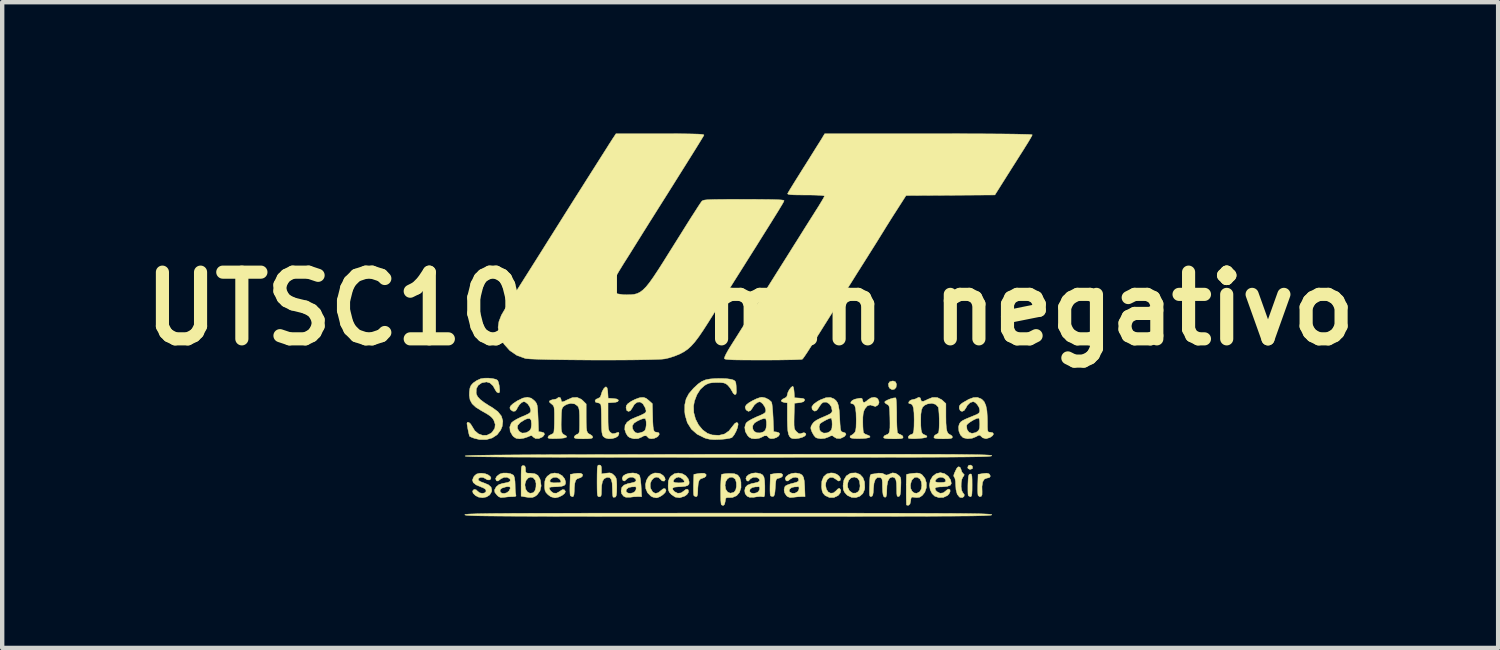
<source format=kicad_pcb>
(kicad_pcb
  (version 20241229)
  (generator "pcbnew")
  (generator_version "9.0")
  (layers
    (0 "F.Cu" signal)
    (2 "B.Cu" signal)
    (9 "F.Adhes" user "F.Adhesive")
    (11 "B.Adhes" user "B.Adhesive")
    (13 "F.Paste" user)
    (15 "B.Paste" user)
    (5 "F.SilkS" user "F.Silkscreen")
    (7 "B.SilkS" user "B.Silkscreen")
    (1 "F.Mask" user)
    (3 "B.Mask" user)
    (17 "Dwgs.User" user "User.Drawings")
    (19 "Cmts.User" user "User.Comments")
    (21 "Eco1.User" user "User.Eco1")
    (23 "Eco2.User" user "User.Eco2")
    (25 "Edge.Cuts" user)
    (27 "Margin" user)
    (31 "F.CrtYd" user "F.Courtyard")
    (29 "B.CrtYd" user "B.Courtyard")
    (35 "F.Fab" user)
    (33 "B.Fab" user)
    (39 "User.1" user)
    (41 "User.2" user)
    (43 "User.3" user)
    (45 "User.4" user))
  (footprint "UTSC10x10mm negativo"
    (layer "F.Cu")
    (at 14.086 4.001)
    (property "Reference" "UTSC10x10mm negativo" (at 0 0 0) (layer "F.SilkS") (effects (font (size 1.524 1.524) (thickness 0.3))))
    (attr through_hole)
    (fp_poly (pts (xy 5.067 3.589) (xy 5.078 3.607) (xy 5.079 3.651) (xy 5.037 3.67) (xy 5.016 3.671) (xy 4.977 3.652) (xy 4.97 3.621) (xy 4.988 3.583) (xy 5.028 3.571) (xy 5.067 3.589)) (stroke (width 0.01) (type solid)) (fill yes) (layer "F.SilkS"))
    (fp_poly (pts (xy 3.27 1.653) (xy 3.319 1.671) (xy 3.34 1.719) (xy 3.342 1.733) (xy 3.332 1.8) (xy 3.294 1.84) (xy 3.242 1.849) (xy 3.191 1.822) (xy 3.168 1.786) (xy 3.157 1.718) (xy 3.187 1.67) (xy 3.251 1.652) (xy 3.27 1.653)) (stroke (width 0.01) (type solid)) (fill yes) (layer "F.SilkS"))
    (fp_poly (pts (xy 5.046 3.777) (xy 5.058 3.794) (xy 5.066 3.835) (xy 5.069 3.909) (xy 5.07 4.024) (xy 5.07 4.032) (xy 5.069 4.152) (xy 5.065 4.23) (xy 5.057 4.274) (xy 5.043 4.293) (xy 5.032 4.296) (xy 4.99 4.277) (xy 4.981 4.263) (xy 4.976 4.224) (xy 4.974 4.149) (xy 4.974 4.051) (xy 4.975 4.007) (xy 4.98 3.898) (xy 4.988 3.83) (xy 5 3.793) (xy 5.019 3.778) (xy 5.026 3.776) (xy 5.046 3.777)) (stroke (width 0.01) (type solid)) (fill yes) (layer "F.SilkS"))
    (fp_poly (pts (xy -3.873 3.761) (xy -3.864 3.763) (xy -3.828 3.788) (xy -3.831 3.824) (xy -3.867 3.857) (xy -3.909 3.871) (xy -3.956 3.888) (xy -3.987 3.925) (xy -4.006 3.99) (xy -4.016 4.092) (xy -4.018 4.165) (xy -4.024 4.245) (xy -4.038 4.286) (xy -4.059 4.296) (xy -4.101 4.277) (xy -4.11 4.263) (xy -4.115 4.224) (xy -4.118 4.149) (xy -4.117 4.051) (xy -4.116 4.007) (xy -4.108 3.785) (xy -4.009 3.767) (xy -3.933 3.759) (xy -3.873 3.761)) (stroke (width 0.01) (type solid)) (fill yes) (layer "F.SilkS"))
    (fp_poly (pts (xy -1.05 3.761) (xy -1.041 3.763) (xy -1.006 3.788) (xy -1.009 3.825) (xy -1.045 3.857) (xy -1.086 3.871) (xy -1.135 3.889) (xy -1.167 3.926) (xy -1.186 3.993) (xy -1.195 4.098) (xy -1.196 4.152) (xy -1.201 4.237) (xy -1.213 4.282) (xy -1.235 4.296) (xy -1.237 4.296) (xy -1.279 4.277) (xy -1.288 4.263) (xy -1.293 4.224) (xy -1.295 4.149) (xy -1.295 4.051) (xy -1.294 4.007) (xy -1.286 3.785) (xy -1.186 3.767) (xy -1.111 3.759) (xy -1.05 3.761)) (stroke (width 0.01) (type solid)) (fill yes) (layer "F.SilkS"))
    (fp_poly (pts (xy 0.698 3.761) (xy 0.707 3.763) (xy 0.742 3.788) (xy 0.74 3.824) (xy 0.704 3.857) (xy 0.662 3.871) (xy 0.624 3.879) (xy 0.601 3.895) (xy 0.588 3.93) (xy 0.58 3.995) (xy 0.574 4.083) (xy 0.566 4.186) (xy 0.555 4.248) (xy 0.54 4.28) (xy 0.518 4.291) (xy 0.475 4.282) (xy 0.461 4.264) (xy 0.456 4.225) (xy 0.453 4.149) (xy 0.454 4.05) (xy 0.455 4.007) (xy 0.462 3.785) (xy 0.562 3.767) (xy 0.637 3.759) (xy 0.698 3.761)) (stroke (width 0.01) (type solid)) (fill yes) (layer "F.SilkS"))
    (fp_poly (pts (xy 5.452 3.771) (xy 5.466 3.782) (xy 5.487 3.825) (xy 5.465 3.858) (xy 5.406 3.871) (xy 5.405 3.871) (xy 5.348 3.894) (xy 5.311 3.959) (xy 5.295 4.062) (xy 5.296 4.108) (xy 5.298 4.184) (xy 5.297 4.244) (xy 5.297 4.252) (xy 5.277 4.288) (xy 5.24 4.294) (xy 5.208 4.267) (xy 5.206 4.263) (xy 5.201 4.224) (xy 5.198 4.149) (xy 5.199 4.051) (xy 5.2 4.007) (xy 5.207 3.785) (xy 5.319 3.766) (xy 5.402 3.758) (xy 5.452 3.771)) (stroke (width 0.01) (type solid)) (fill yes) (layer "F.SilkS"))
    (fp_poly (pts (xy 4.792 3.62) (xy 4.815 3.666) (xy 4.816 3.671) (xy 4.837 3.732) (xy 4.864 3.765) (xy 4.89 3.792) (xy 4.88 3.82) (xy 4.862 3.842) (xy 4.835 3.897) (xy 4.821 3.979) (xy 4.819 4.069) (xy 4.831 4.149) (xy 4.855 4.202) (xy 4.862 4.208) (xy 4.892 4.25) (xy 4.884 4.29) (xy 4.85 4.315) (xy 4.8 4.312) (xy 4.78 4.302) (xy 4.73 4.239) (xy 4.702 4.133) (xy 4.695 4.028) (xy 4.691 3.943) (xy 4.678 3.878) (xy 4.666 3.852) (xy 4.652 3.831) (xy 4.651 3.803) (xy 4.667 3.756) (xy 4.703 3.68) (xy 4.72 3.646) (xy 4.754 3.612) (xy 4.792 3.62)) (stroke (width 0.01) (type solid)) (fill yes) (layer "F.SilkS"))
    (fp_poly (pts (xy -2.082 3.759) (xy -2.05 3.771) (xy -1.991 3.808) (xy -1.952 3.857) (xy -1.94 3.904) (xy -1.96 3.936) (xy -1.965 3.939) (xy -2.013 3.933) (xy -2.043 3.901) (xy -2.095 3.854) (xy -2.153 3.847) (xy -2.209 3.874) (xy -2.254 3.925) (xy -2.282 3.995) (xy -2.282 4.075) (xy -2.272 4.111) (xy -2.225 4.189) (xy -2.165 4.22) (xy -2.096 4.203) (xy -2.039 4.155) (xy -1.986 4.114) (xy -1.944 4.111) (xy -1.924 4.146) (xy -1.923 4.158) (xy -1.944 4.202) (xy -1.995 4.251) (xy -2.061 4.294) (xy -2.125 4.319) (xy -2.144 4.321) (xy -2.218 4.306) (xy -2.267 4.282) (xy -2.343 4.206) (xy -2.383 4.115) (xy -2.391 4.019) (xy -2.371 3.926) (xy -2.326 3.845) (xy -2.261 3.785) (xy -2.178 3.753) (xy -2.082 3.759)) (stroke (width 0.01) (type solid)) (fill yes) (layer "F.SilkS"))
    (fp_poly (pts (xy 1.913 3.758) (xy 1.981 3.784) (xy 2.034 3.828) (xy 2.063 3.878) (xy 2.057 3.921) (xy 2.052 3.927) (xy 2.021 3.938) (xy 1.977 3.911) (xy 1.966 3.901) (xy 1.892 3.856) (xy 1.822 3.856) (xy 1.765 3.897) (xy 1.73 3.972) (xy 1.723 4.034) (xy 1.74 4.124) (xy 1.782 4.187) (xy 1.84 4.216) (xy 1.905 4.208) (xy 1.966 4.157) (xy 1.967 4.155) (xy 2.009 4.113) (xy 2.043 4.106) (xy 2.044 4.106) (xy 2.071 4.147) (xy 2.061 4.204) (xy 2.016 4.261) (xy 2.007 4.269) (xy 1.913 4.314) (xy 1.812 4.314) (xy 1.719 4.271) (xy 1.708 4.263) (xy 1.665 4.215) (xy 1.642 4.155) (xy 1.631 4.069) (xy 1.638 3.938) (xy 1.679 3.839) (xy 1.749 3.776) (xy 1.845 3.752) (xy 1.913 3.758)) (stroke (width 0.01) (type solid)) (fill yes) (layer "F.SilkS"))
    (fp_poly (pts (xy 2.508 3.786) (xy 2.575 3.858) (xy 2.613 3.96) (xy 2.618 4.085) (xy 2.612 4.133) (xy 2.573 4.223) (xy 2.503 4.285) (xy 2.414 4.315) (xy 2.318 4.31) (xy 2.227 4.268) (xy 2.2 4.244) (xy 2.153 4.189) (xy 2.13 4.134) (xy 2.123 4.057) (xy 2.123 4.035) (xy 2.129 3.998) (xy 2.225 3.998) (xy 2.228 4.08) (xy 2.265 4.156) (xy 2.274 4.166) (xy 2.342 4.214) (xy 2.414 4.212) (xy 2.462 4.185) (xy 2.496 4.141) (xy 2.509 4.067) (xy 2.51 4.039) (xy 2.497 3.935) (xy 2.456 3.872) (xy 2.386 3.847) (xy 2.371 3.846) (xy 2.3 3.868) (xy 2.25 3.923) (xy 2.225 3.998) (xy 2.129 3.998) (xy 2.142 3.913) (xy 2.196 3.821) (xy 2.282 3.765) (xy 2.308 3.757) (xy 2.417 3.751) (xy 2.508 3.786)) (stroke (width 0.01) (type solid)) (fill yes) (layer "F.SilkS"))
    (fp_poly (pts (xy -6.056 3.769) (xy -5.988 3.795) (xy -5.94 3.831) (xy -5.92 3.868) (xy -5.936 3.901) (xy -5.958 3.912) (xy -6.004 3.909) (xy -6.043 3.885) (xy -6.098 3.856) (xy -6.158 3.853) (xy -6.202 3.875) (xy -6.213 3.898) (xy -6.2 3.927) (xy -6.147 3.957) (xy -6.083 3.98) (xy -5.978 4.024) (xy -5.919 4.077) (xy -5.903 4.143) (xy -5.908 4.182) (xy -5.95 4.254) (xy -6.022 4.3) (xy -6.112 4.318) (xy -6.206 4.304) (xy -6.275 4.268) (xy -6.329 4.214) (xy -6.341 4.166) (xy -6.311 4.132) (xy -6.305 4.129) (xy -6.26 4.137) (xy -6.227 4.169) (xy -6.181 4.206) (xy -6.122 4.219) (xy -6.068 4.21) (xy -6.035 4.179) (xy -6.032 4.161) (xy -6.048 4.123) (xy -6.104 4.089) (xy -6.147 4.073) (xy -6.26 4.025) (xy -6.325 3.973) (xy -6.343 3.915) (xy -6.317 3.846) (xy -6.296 3.818) (xy -6.25 3.778) (xy -6.186 3.761) (xy -6.136 3.759) (xy -6.056 3.769)) (stroke (width 0.01) (type solid)) (fill yes) (layer "F.SilkS"))
    (fp_poly (pts (xy 3.327 2.039) (xy 3.334 2.067) (xy 3.34 2.136) (xy 3.344 2.237) (xy 3.347 2.361) (xy 3.347 2.43) (xy 3.348 2.564) (xy 3.352 2.682) (xy 3.357 2.772) (xy 3.363 2.827) (xy 3.366 2.838) (xy 3.404 2.866) (xy 3.434 2.876) (xy 3.479 2.903) (xy 3.492 2.929) (xy 3.491 2.949) (xy 3.472 2.962) (xy 3.427 2.969) (xy 3.346 2.972) (xy 3.274 2.972) (xy 3.163 2.971) (xy 3.094 2.965) (xy 3.058 2.955) (xy 3.047 2.937) (xy 3.047 2.935) (xy 3.068 2.902) (xy 3.11 2.882) (xy 3.145 2.868) (xy 3.17 2.842) (xy 3.185 2.796) (xy 3.193 2.723) (xy 3.194 2.614) (xy 3.192 2.485) (xy 3.188 2.364) (xy 3.183 2.284) (xy 3.174 2.234) (xy 3.16 2.206) (xy 3.138 2.19) (xy 3.128 2.186) (xy 3.085 2.156) (xy 3.072 2.132) (xy 3.093 2.11) (xy 3.146 2.083) (xy 3.214 2.057) (xy 3.278 2.04) (xy 3.321 2.037) (xy 3.327 2.039)) (stroke (width 0.01) (type solid)) (fill yes) (layer "F.SilkS"))
    (fp_poly (pts (xy -5.148 3.594) (xy -5.134 3.632) (xy -5.132 3.671) (xy -5.13 3.725) (xy -5.114 3.75) (xy -5.072 3.759) (xy -5.017 3.759) (xy -4.916 3.771) (xy -4.85 3.808) (xy -4.806 3.882) (xy -4.792 3.922) (xy -4.775 4.049) (xy -4.801 4.162) (xy -4.868 4.253) (xy -4.873 4.257) (xy -4.926 4.295) (xy -4.98 4.313) (xy -5.051 4.313) (xy -5.145 4.299) (xy -5.232 4.283) (xy -5.232 4.034) (xy -5.145 4.034) (xy -5.129 4.123) (xy -5.087 4.187) (xy -5.029 4.217) (xy -4.962 4.206) (xy -4.95 4.199) (xy -4.913 4.151) (xy -4.893 4.075) (xy -4.891 3.99) (xy -4.909 3.918) (xy -4.91 3.917) (xy -4.958 3.861) (xy -5.015 3.847) (xy -5.072 3.869) (xy -5.118 3.922) (xy -5.143 4.001) (xy -5.145 4.034) (xy -5.232 4.034) (xy -5.232 3.934) (xy -5.232 3.795) (xy -5.23 3.699) (xy -5.226 3.638) (xy -5.218 3.603) (xy -5.205 3.588) (xy -5.186 3.584) (xy -5.182 3.584) (xy -5.148 3.594)) (stroke (width 0.01) (type solid)) (fill yes) (layer "F.SilkS"))
    (fp_poly (pts (xy -0.362 3.77) (xy -0.284 3.801) (xy -0.236 3.864) (xy -0.211 3.96) (xy -0.209 4.09) (xy -0.244 4.196) (xy -0.309 4.272) (xy -0.402 4.312) (xy -0.482 4.316) (xy -0.535 4.315) (xy -0.559 4.334) (xy -0.568 4.387) (xy -0.57 4.402) (xy -0.586 4.47) (xy -0.617 4.497) (xy -0.657 4.48) (xy -0.658 4.479) (xy -0.665 4.447) (xy -0.671 4.378) (xy -0.673 4.282) (xy -0.674 4.171) (xy -0.673 4.056) (xy -0.672 4.034) (xy -0.574 4.034) (xy -0.558 4.127) (xy -0.515 4.189) (xy -0.454 4.215) (xy -0.383 4.199) (xy -0.361 4.185) (xy -0.328 4.135) (xy -0.313 4.058) (xy -0.315 3.975) (xy -0.335 3.904) (xy -0.346 3.888) (xy -0.403 3.849) (xy -0.465 3.851) (xy -0.52 3.888) (xy -0.56 3.953) (xy -0.574 4.034) (xy -0.672 4.034) (xy -0.669 3.949) (xy -0.664 3.86) (xy -0.657 3.802) (xy -0.651 3.785) (xy -0.615 3.776) (xy -0.545 3.768) (xy -0.479 3.764) (xy -0.362 3.77)) (stroke (width 0.01) (type solid)) (fill yes) (layer "F.SilkS"))
    (fp_poly (pts (xy 4.442 3.769) (xy 4.524 3.829) (xy 4.579 3.913) (xy 4.595 3.994) (xy 4.572 4.033) (xy 4.501 4.059) (xy 4.383 4.07) (xy 4.33 4.071) (xy 4.252 4.08) (xy 4.221 4.106) (xy 4.237 4.148) (xy 4.267 4.18) (xy 4.339 4.217) (xy 4.412 4.207) (xy 4.458 4.171) (xy 4.504 4.133) (xy 4.537 4.121) (xy 4.566 4.138) (xy 4.567 4.179) (xy 4.542 4.23) (xy 4.505 4.269) (xy 4.412 4.312) (xy 4.306 4.314) (xy 4.217 4.283) (xy 4.157 4.226) (xy 4.113 4.137) (xy 4.096 4.037) (xy 4.096 4.034) (xy 4.114 3.929) (xy 4.226 3.929) (xy 4.233 3.956) (xy 4.285 3.969) (xy 4.346 3.971) (xy 4.429 3.966) (xy 4.467 3.949) (xy 4.471 3.939) (xy 4.45 3.886) (xy 4.399 3.854) (xy 4.335 3.849) (xy 4.273 3.875) (xy 4.26 3.885) (xy 4.226 3.929) (xy 4.114 3.929) (xy 4.116 3.921) (xy 4.17 3.829) (xy 4.251 3.768) (xy 4.346 3.746) (xy 4.442 3.769)) (stroke (width 0.01) (type solid)) (fill yes) (layer "F.SilkS"))
    (fp_poly (pts (xy -4.374 3.77) (xy -4.293 3.817) (xy -4.236 3.89) (xy -4.217 3.957) (xy -4.22 4.006) (xy -4.247 4.038) (xy -4.306 4.057) (xy -4.403 4.067) (xy -4.464 4.069) (xy -4.547 4.073) (xy -4.586 4.086) (xy -4.587 4.115) (xy -4.557 4.165) (xy -4.498 4.211) (xy -4.426 4.216) (xy -4.354 4.178) (xy -4.344 4.169) (xy -4.291 4.135) (xy -4.246 4.136) (xy -4.222 4.171) (xy -4.221 4.183) (xy -4.243 4.225) (xy -4.298 4.267) (xy -4.371 4.302) (xy -4.445 4.32) (xy -4.462 4.321) (xy -4.553 4.296) (xy -4.618 4.248) (xy -4.664 4.199) (xy -4.687 4.15) (xy -4.695 4.081) (xy -4.695 4.037) (xy -4.69 3.944) (xy -4.688 3.937) (xy -4.579 3.937) (xy -4.558 3.966) (xy -4.491 3.979) (xy -4.377 3.976) (xy -4.339 3.973) (xy -4.321 3.954) (xy -4.336 3.915) (xy -4.36 3.885) (xy -4.426 3.85) (xy -4.5 3.856) (xy -4.554 3.892) (xy -4.579 3.937) (xy -4.688 3.937) (xy -4.67 3.879) (xy -4.635 3.829) (xy -4.558 3.772) (xy -4.466 3.754) (xy -4.374 3.77)) (stroke (width 0.01) (type solid)) (fill yes) (layer "F.SilkS"))
    (fp_poly (pts (xy -3.414 3.58) (xy -3.4 3.613) (xy -3.397 3.673) (xy -3.397 3.774) (xy -3.286 3.758) (xy -3.211 3.751) (xy -3.162 3.763) (xy -3.115 3.801) (xy -3.111 3.805) (xy -3.079 3.841) (xy -3.06 3.88) (xy -3.051 3.935) (xy -3.047 4.02) (xy -3.047 4.08) (xy -3.049 4.191) (xy -3.057 4.261) (xy -3.072 4.297) (xy -3.082 4.304) (xy -3.122 4.308) (xy -3.132 4.302) (xy -3.139 4.272) (xy -3.145 4.205) (xy -3.147 4.116) (xy -3.147 4.109) (xy -3.153 3.983) (xy -3.173 3.901) (xy -3.208 3.859) (xy -3.262 3.852) (xy -3.281 3.856) (xy -3.338 3.886) (xy -3.374 3.946) (xy -3.393 4.044) (xy -3.397 4.148) (xy -3.399 4.231) (xy -3.407 4.275) (xy -3.425 4.293) (xy -3.447 4.296) (xy -3.466 4.293) (xy -3.48 4.281) (xy -3.489 4.25) (xy -3.494 4.195) (xy -3.496 4.107) (xy -3.497 3.979) (xy -3.497 3.934) (xy -3.496 3.792) (xy -3.494 3.694) (xy -3.49 3.63) (xy -3.483 3.593) (xy -3.471 3.576) (xy -3.453 3.572) (xy -3.447 3.571) (xy -3.414 3.58)) (stroke (width 0.01) (type solid)) (fill yes) (layer "F.SilkS"))
    (fp_poly (pts (xy -1.552 3.77) (xy -1.47 3.817) (xy -1.413 3.89) (xy -1.394 3.957) (xy -1.397 4.006) (xy -1.425 4.038) (xy -1.483 4.057) (xy -1.581 4.067) (xy -1.642 4.069) (xy -1.73 4.077) (xy -1.771 4.1) (xy -1.765 4.138) (xy -1.728 4.18) (xy -1.654 4.217) (xy -1.577 4.208) (xy -1.524 4.171) (xy -1.466 4.127) (xy -1.426 4.129) (xy -1.413 4.144) (xy -1.409 4.192) (xy -1.444 4.245) (xy -1.5 4.284) (xy -1.61 4.319) (xy -1.711 4.304) (xy -1.796 4.248) (xy -1.842 4.199) (xy -1.865 4.15) (xy -1.873 4.081) (xy -1.873 4.037) (xy -1.868 3.944) (xy -1.864 3.933) (xy -1.756 3.933) (xy -1.749 3.96) (xy -1.712 3.973) (xy -1.647 3.979) (xy -1.576 3.978) (xy -1.521 3.969) (xy -1.505 3.961) (xy -1.506 3.933) (xy -1.537 3.896) (xy -1.584 3.863) (xy -1.631 3.846) (xy -1.636 3.846) (xy -1.688 3.86) (xy -1.733 3.894) (xy -1.756 3.933) (xy -1.864 3.933) (xy -1.848 3.879) (xy -1.813 3.829) (xy -1.735 3.772) (xy -1.644 3.754) (xy -1.552 3.77)) (stroke (width 0.01) (type solid)) (fill yes) (layer "F.SilkS"))
    (fp_poly (pts (xy 3.866 3.761) (xy 3.913 3.785) (xy 3.928 3.796) (xy 3.993 3.877) (xy 4.025 3.98) (xy 4.024 4.091) (xy 3.989 4.194) (xy 3.931 4.267) (xy 3.87 4.307) (xy 3.806 4.315) (xy 3.768 4.311) (xy 3.707 4.303) (xy 3.679 4.316) (xy 3.669 4.362) (xy 3.667 4.389) (xy 3.651 4.46) (xy 3.619 4.49) (xy 3.615 4.491) (xy 3.578 4.488) (xy 3.57 4.479) (xy 3.568 4.422) (xy 3.566 4.335) (xy 3.565 4.228) (xy 3.566 4.114) (xy 3.566 4.024) (xy 3.66 4.024) (xy 3.666 4.105) (xy 3.697 4.169) (xy 3.745 4.209) (xy 3.806 4.217) (xy 3.872 4.183) (xy 3.875 4.18) (xy 3.909 4.12) (xy 3.921 4.038) (xy 3.911 3.954) (xy 3.88 3.892) (xy 3.817 3.849) (xy 3.755 3.854) (xy 3.701 3.906) (xy 3.685 3.935) (xy 3.66 4.024) (xy 3.566 4.024) (xy 3.566 4.001) (xy 3.568 3.902) (xy 3.57 3.828) (xy 3.572 3.79) (xy 3.573 3.787) (xy 3.602 3.779) (xy 3.665 3.768) (xy 3.723 3.761) (xy 3.809 3.754) (xy 3.866 3.761)) (stroke (width 0.01) (type solid)) (fill yes) (layer "F.SilkS"))
    (fp_poly (pts (xy -2.597 3.765) (xy -2.537 3.798) (xy -2.534 3.801) (xy -2.518 3.841) (xy -2.504 3.92) (xy -2.493 4.027) (xy -2.491 4.064) (xy -2.479 4.294) (xy -2.569 4.293) (xy -2.661 4.297) (xy -2.747 4.308) (xy -2.838 4.308) (xy -2.891 4.283) (xy -2.936 4.227) (xy -2.946 4.168) (xy -2.836 4.168) (xy -2.833 4.178) (xy -2.797 4.211) (xy -2.737 4.22) (xy -2.673 4.205) (xy -2.635 4.18) (xy -2.61 4.139) (xy -2.603 4.095) (xy -2.615 4.068) (xy -2.629 4.067) (xy -2.666 4.07) (xy -2.705 4.071) (xy -2.775 4.085) (xy -2.823 4.121) (xy -2.836 4.168) (xy -2.946 4.168) (xy -2.947 4.158) (xy -2.932 4.084) (xy -2.882 4.031) (xy -2.792 3.996) (xy -2.729 3.984) (xy -2.644 3.963) (xy -2.607 3.935) (xy -2.613 3.896) (xy -2.623 3.883) (xy -2.678 3.85) (xy -2.748 3.85) (xy -2.81 3.881) (xy -2.827 3.9) (xy -2.869 3.936) (xy -2.905 3.927) (xy -2.922 3.877) (xy -2.922 3.87) (xy -2.9 3.821) (xy -2.842 3.783) (xy -2.763 3.76) (xy -2.677 3.753) (xy -2.597 3.765)) (stroke (width 0.01) (type solid)) (fill yes) (layer "F.SilkS"))
    (fp_poly (pts (xy 0.988 1.796) (xy 0.999 1.854) (xy 1.004 1.904) (xy 1.012 2.035) (xy 1.132 2.043) (xy 1.205 2.051) (xy 1.239 2.066) (xy 1.244 2.093) (xy 1.244 2.093) (xy 1.219 2.125) (xy 1.153 2.144) (xy 1.124 2.148) (xy 1.012 2.16) (xy 1.004 2.454) (xy 1.002 2.58) (xy 1.003 2.666) (xy 1.008 2.723) (xy 1.02 2.76) (xy 1.04 2.789) (xy 1.06 2.811) (xy 1.109 2.852) (xy 1.148 2.858) (xy 1.174 2.847) (xy 1.23 2.832) (xy 1.267 2.85) (xy 1.274 2.873) (xy 1.251 2.907) (xy 1.194 2.937) (xy 1.118 2.959) (xy 1.037 2.97) (xy 0.967 2.966) (xy 0.934 2.953) (xy 0.901 2.921) (xy 0.877 2.87) (xy 0.861 2.793) (xy 0.853 2.684) (xy 0.849 2.534) (xy 0.849 2.488) (xy 0.849 2.151) (xy 0.782 2.143) (xy 0.723 2.125) (xy 0.71 2.096) (xy 0.745 2.064) (xy 0.773 2.052) (xy 0.83 2.02) (xy 0.849 1.972) (xy 0.849 1.965) (xy 0.863 1.911) (xy 0.895 1.849) (xy 0.936 1.797) (xy 0.972 1.773) (xy 0.975 1.773) (xy 0.988 1.796)) (stroke (width 0.01) (type solid)) (fill yes) (layer "F.SilkS"))
    (fp_poly (pts (xy -3.268 1.81) (xy -3.254 1.883) (xy -3.252 1.916) (xy -3.244 2.045) (xy -3.127 2.053) (xy -3.049 2.063) (xy -3.014 2.084) (xy -3.01 2.098) (xy -3.026 2.124) (xy -3.082 2.139) (xy -3.128 2.143) (xy -3.247 2.151) (xy -3.247 2.461) (xy -3.246 2.594) (xy -3.243 2.685) (xy -3.236 2.746) (xy -3.224 2.786) (xy -3.205 2.813) (xy -3.197 2.822) (xy -3.149 2.856) (xy -3.096 2.851) (xy -3.083 2.847) (xy -3.027 2.827) (xy -3.003 2.827) (xy -2.997 2.85) (xy -2.997 2.858) (xy -3.019 2.909) (xy -3.075 2.946) (xy -3.152 2.967) (xy -3.234 2.971) (xy -3.308 2.954) (xy -3.358 2.917) (xy -3.375 2.88) (xy -3.387 2.823) (xy -3.393 2.736) (xy -3.396 2.612) (xy -3.397 2.544) (xy -3.398 2.42) (xy -3.401 2.312) (xy -3.406 2.232) (xy -3.411 2.189) (xy -3.412 2.187) (xy -3.446 2.157) (xy -3.489 2.148) (xy -3.533 2.134) (xy -3.543 2.102) (xy -3.52 2.069) (xy -3.478 2.052) (xy -3.426 2.023) (xy -3.408 1.978) (xy -3.382 1.895) (xy -3.345 1.828) (xy -3.307 1.79) (xy -3.292 1.786) (xy -3.268 1.81)) (stroke (width 0.01) (type solid)) (fill yes) (layer "F.SilkS"))
    (fp_poly (pts (xy 0.167 3.755) (xy 0.238 3.771) (xy 0.286 3.799) (xy 0.315 3.848) (xy 0.329 3.926) (xy 0.335 4.043) (xy 0.335 4.076) (xy 0.335 4.186) (xy 0.331 4.254) (xy 0.322 4.289) (xy 0.307 4.299) (xy 0.3 4.298) (xy 0.242 4.29) (xy 0.157 4.296) (xy 0.075 4.309) (xy -0.018 4.307) (xy -0.069 4.283) (xy -0.114 4.227) (xy -0.123 4.168) (xy -0.014 4.168) (xy -0.011 4.178) (xy 0.025 4.211) (xy 0.085 4.22) (xy 0.149 4.205) (xy 0.187 4.18) (xy 0.212 4.139) (xy 0.219 4.095) (xy 0.207 4.068) (xy 0.194 4.067) (xy 0.156 4.07) (xy 0.117 4.071) (xy 0.047 4.085) (xy -0.001 4.121) (xy -0.014 4.168) (xy -0.123 4.168) (xy -0.125 4.158) (xy -0.11 4.084) (xy -0.06 4.031) (xy 0.03 3.996) (xy 0.094 3.984) (xy 0.178 3.963) (xy 0.216 3.935) (xy 0.209 3.896) (xy 0.199 3.883) (xy 0.143 3.85) (xy 0.074 3.851) (xy 0.011 3.882) (xy -0.007 3.902) (xy -0.041 3.939) (xy -0.071 3.934) (xy -0.075 3.93) (xy -0.098 3.883) (xy -0.081 3.834) (xy -0.033 3.792) (xy 0.038 3.762) (xy 0.122 3.751) (xy 0.167 3.755)) (stroke (width 0.01) (type solid)) (fill yes) (layer "F.SilkS"))
    (fp_poly (pts (xy 1.059 3.756) (xy 1.135 3.771) (xy 1.186 3.8) (xy 1.218 3.852) (xy 1.236 3.936) (xy 1.245 4.061) (xy 1.245 4.07) (xy 1.254 4.293) (xy 1.17 4.293) (xy 1.087 4.297) (xy 0.996 4.307) (xy 0.987 4.309) (xy 0.911 4.314) (xy 0.859 4.295) (xy 0.83 4.272) (xy 0.788 4.207) (xy 0.78 4.162) (xy 0.89 4.162) (xy 0.901 4.186) (xy 0.955 4.216) (xy 1.024 4.215) (xy 1.085 4.181) (xy 1.086 4.18) (xy 1.11 4.14) (xy 1.118 4.096) (xy 1.108 4.067) (xy 1.092 4.065) (xy 1.055 4.07) (xy 1.013 4.071) (xy 0.949 4.085) (xy 0.904 4.119) (xy 0.89 4.162) (xy 0.78 4.162) (xy 0.775 4.132) (xy 0.793 4.067) (xy 0.811 4.047) (xy 0.856 4.024) (xy 0.929 3.999) (xy 0.98 3.987) (xy 1.059 3.965) (xy 1.1 3.942) (xy 1.111 3.91) (xy 1.111 3.908) (xy 1.092 3.866) (xy 1.043 3.849) (xy 0.98 3.857) (xy 0.918 3.891) (xy 0.909 3.899) (xy 0.862 3.935) (xy 0.83 3.934) (xy 0.818 3.925) (xy 0.8 3.881) (xy 0.822 3.835) (xy 0.874 3.794) (xy 0.946 3.765) (xy 1.028 3.754) (xy 1.059 3.756)) (stroke (width 0.01) (type solid)) (fill yes) (layer "F.SilkS"))
    (fp_poly (pts (xy -5.474 3.77) (xy -5.413 3.8) (xy -5.402 3.811) (xy -5.384 3.862) (xy -5.372 3.947) (xy -5.369 4.02) (xy -5.367 4.114) (xy -5.361 4.195) (xy -5.354 4.239) (xy -5.349 4.275) (xy -5.369 4.291) (xy -5.426 4.294) (xy -5.436 4.294) (xy -5.529 4.298) (xy -5.622 4.309) (xy -5.624 4.309) (xy -5.694 4.315) (xy -5.745 4.294) (xy -5.78 4.262) (xy -5.831 4.198) (xy -5.839 4.142) (xy -5.836 4.137) (xy -5.712 4.137) (xy -5.711 4.182) (xy -5.675 4.215) (xy -5.617 4.222) (xy -5.555 4.203) (xy -5.506 4.161) (xy -5.506 4.16) (xy -5.478 4.1) (xy -5.491 4.069) (xy -5.547 4.065) (xy -5.585 4.072) (xy -5.672 4.1) (xy -5.712 4.137) (xy -5.836 4.137) (xy -5.805 4.078) (xy -5.795 4.065) (xy -5.74 4.019) (xy -5.657 3.992) (xy -5.621 3.986) (xy -5.528 3.967) (xy -5.482 3.941) (xy -5.481 3.904) (xy -5.495 3.883) (xy -5.551 3.851) (xy -5.624 3.853) (xy -5.697 3.888) (xy -5.712 3.901) (xy -5.758 3.936) (xy -5.79 3.934) (xy -5.8 3.925) (xy -5.815 3.881) (xy -5.787 3.83) (xy -5.723 3.78) (xy -5.717 3.776) (xy -5.645 3.756) (xy -5.558 3.755) (xy -5.474 3.77)) (stroke (width 0.01) (type solid)) (fill yes) (layer "F.SilkS"))
    (fp_poly (pts (xy 2.896 2.043) (xy 2.921 2.071) (xy 2.945 2.133) (xy 2.932 2.18) (xy 2.908 2.208) (xy 2.862 2.234) (xy 2.822 2.223) (xy 2.742 2.199) (xy 2.676 2.221) (xy 2.624 2.282) (xy 2.598 2.335) (xy 2.582 2.396) (xy 2.574 2.481) (xy 2.573 2.588) (xy 2.575 2.691) (xy 2.58 2.775) (xy 2.588 2.829) (xy 2.592 2.839) (xy 2.628 2.866) (xy 2.68 2.886) (xy 2.727 2.907) (xy 2.74 2.931) (xy 2.712 2.947) (xy 2.648 2.959) (xy 2.562 2.966) (xy 2.468 2.968) (xy 2.381 2.966) (xy 2.315 2.957) (xy 2.283 2.943) (xy 2.283 2.91) (xy 2.296 2.902) (xy 2.338 2.877) (xy 2.376 2.844) (xy 2.397 2.816) (xy 2.411 2.775) (xy 2.419 2.712) (xy 2.422 2.616) (xy 2.423 2.533) (xy 2.419 2.384) (xy 2.408 2.278) (xy 2.389 2.212) (xy 2.359 2.179) (xy 2.332 2.173) (xy 2.299 2.161) (xy 2.301 2.133) (xy 2.33 2.099) (xy 2.38 2.072) (xy 2.398 2.067) (xy 2.484 2.048) (xy 2.534 2.044) (xy 2.557 2.056) (xy 2.567 2.086) (xy 2.568 2.092) (xy 2.582 2.136) (xy 2.611 2.142) (xy 2.661 2.109) (xy 2.687 2.085) (xy 2.76 2.038) (xy 2.835 2.024) (xy 2.896 2.043)) (stroke (width 0.01) (type solid)) (fill yes) (layer "F.SilkS"))
    (fp_poly (pts (xy 3.322 3.761) (xy 3.382 3.799) (xy 3.414 3.827) (xy 3.433 3.857) (xy 3.442 3.901) (xy 3.444 3.972) (xy 3.441 4.067) (xy 3.436 4.174) (xy 3.428 4.24) (xy 3.416 4.275) (xy 3.396 4.29) (xy 3.39 4.291) (xy 3.368 4.29) (xy 3.355 4.27) (xy 3.349 4.221) (xy 3.347 4.134) (xy 3.347 4.103) (xy 3.343 3.983) (xy 3.328 3.905) (xy 3.3 3.862) (xy 3.256 3.847) (xy 3.243 3.846) (xy 3.186 3.869) (xy 3.146 3.937) (xy 3.125 4.047) (xy 3.122 4.125) (xy 3.118 4.232) (xy 3.105 4.293) (xy 3.082 4.31) (xy 3.051 4.29) (xy 3.036 4.25) (xy 3.026 4.172) (xy 3.022 4.068) (xy 3.022 4.068) (xy 3.021 3.969) (xy 3.015 3.909) (xy 3.002 3.877) (xy 2.979 3.861) (xy 2.97 3.858) (xy 2.905 3.856) (xy 2.859 3.899) (xy 2.829 3.987) (xy 2.817 4.105) (xy 2.811 4.2) (xy 2.801 4.256) (xy 2.784 4.284) (xy 2.765 4.291) (xy 2.745 4.291) (xy 2.733 4.276) (xy 2.726 4.237) (xy 2.725 4.166) (xy 2.727 4.054) (xy 2.728 4.042) (xy 2.731 3.926) (xy 2.736 3.851) (xy 2.745 3.808) (xy 2.759 3.787) (xy 2.782 3.78) (xy 2.797 3.778) (xy 2.872 3.768) (xy 2.928 3.757) (xy 3.015 3.76) (xy 3.054 3.778) (xy 3.105 3.802) (xy 3.152 3.793) (xy 3.173 3.782) (xy 3.253 3.751) (xy 3.322 3.761)) (stroke (width 0.01) (type solid)) (fill yes) (layer "F.SilkS"))
    (fp_poly (pts (xy -0.542 1.599) (xy -0.441 1.613) (xy -0.393 1.626) (xy -0.361 1.642) (xy -0.34 1.662) (xy -0.327 1.698) (xy -0.32 1.759) (xy -0.316 1.857) (xy -0.314 1.902) (xy -0.324 1.953) (xy -0.351 1.963) (xy -0.386 1.934) (xy -0.408 1.894) (xy -0.453 1.817) (xy -0.511 1.748) (xy -0.511 1.748) (xy -0.553 1.715) (xy -0.601 1.696) (xy -0.668 1.688) (xy -0.758 1.686) (xy -0.861 1.69) (xy -0.935 1.702) (xy -0.998 1.728) (xy -1.045 1.757) (xy -1.139 1.843) (xy -1.217 1.966) (xy -1.272 2.109) (xy -1.293 2.224) (xy -1.288 2.375) (xy -1.248 2.522) (xy -1.179 2.656) (xy -1.086 2.768) (xy -0.977 2.848) (xy -0.865 2.885) (xy -0.712 2.893) (xy -0.588 2.864) (xy -0.485 2.793) (xy -0.396 2.679) (xy -0.35 2.622) (xy -0.309 2.599) (xy -0.281 2.613) (xy -0.275 2.645) (xy -0.288 2.714) (xy -0.32 2.797) (xy -0.363 2.877) (xy -0.407 2.934) (xy -0.425 2.947) (xy -0.473 2.961) (xy -0.557 2.975) (xy -0.659 2.985) (xy -0.695 2.987) (xy -0.822 2.991) (xy -0.918 2.984) (xy -1.003 2.965) (xy -1.044 2.951) (xy -1.212 2.867) (xy -1.343 2.751) (xy -1.435 2.604) (xy -1.486 2.43) (xy -1.494 2.355) (xy -1.493 2.194) (xy -1.463 2.061) (xy -1.399 1.941) (xy -1.294 1.819) (xy -1.286 1.811) (xy -1.189 1.721) (xy -1.106 1.663) (xy -1.023 1.628) (xy -1.012 1.624) (xy -0.917 1.606) (xy -0.797 1.596) (xy -0.666 1.594) (xy -0.542 1.599)) (stroke (width 0.01) (type solid)) (fill yes) (layer "F.SilkS"))
    (fp_poly (pts (xy -5.882 1.597) (xy -5.807 1.615) (xy -5.769 1.637) (xy -5.751 1.679) (xy -5.734 1.75) (xy -5.728 1.796) (xy -5.721 1.871) (xy -5.726 1.91) (xy -5.745 1.923) (xy -5.754 1.923) (xy -5.792 1.902) (xy -5.822 1.854) (xy -5.874 1.761) (xy -5.944 1.697) (xy -6.022 1.673) (xy -6.022 1.673) (xy -6.13 1.693) (xy -6.21 1.747) (xy -6.255 1.828) (xy -6.259 1.927) (xy -6.253 1.955) (xy -6.225 2.012) (xy -6.17 2.072) (xy -6.082 2.14) (xy -5.957 2.221) (xy -5.896 2.256) (xy -5.765 2.351) (xy -5.683 2.454) (xy -5.65 2.567) (xy -5.665 2.69) (xy -5.699 2.772) (xy -5.78 2.879) (xy -5.893 2.953) (xy -6.027 2.991) (xy -6.176 2.991) (xy -6.302 2.961) (xy -6.364 2.937) (xy -6.403 2.919) (xy -6.408 2.916) (xy -6.417 2.889) (xy -6.432 2.829) (xy -6.447 2.755) (xy -6.46 2.682) (xy -6.468 2.63) (xy -6.469 2.619) (xy -6.455 2.594) (xy -6.423 2.601) (xy -6.386 2.634) (xy -6.356 2.682) (xy -6.292 2.787) (xy -6.207 2.859) (xy -6.11 2.894) (xy -6.012 2.891) (xy -5.921 2.846) (xy -5.892 2.82) (xy -5.833 2.732) (xy -5.824 2.642) (xy -5.855 2.55) (xy -5.884 2.505) (xy -5.925 2.463) (xy -5.988 2.418) (xy -6.083 2.362) (xy -6.137 2.332) (xy -6.265 2.252) (xy -6.35 2.173) (xy -6.398 2.086) (xy -6.415 1.982) (xy -6.413 1.902) (xy -6.401 1.813) (xy -6.376 1.753) (xy -6.331 1.702) (xy -6.324 1.696) (xy -6.248 1.643) (xy -6.163 1.604) (xy -6.152 1.6) (xy -6.071 1.588) (xy -5.975 1.587) (xy -5.882 1.597)) (stroke (width 0.01) (type solid)) (fill yes) (layer "F.SilkS"))
    (fp_poly (pts (xy -5.001 2.045) (xy -4.931 2.1) (xy -4.901 2.133) (xy -4.88 2.166) (xy -4.866 2.208) (xy -4.857 2.27) (xy -4.851 2.362) (xy -4.845 2.493) (xy -4.833 2.81) (xy -4.764 2.818) (xy -4.71 2.837) (xy -4.699 2.874) (xy -4.734 2.921) (xy -4.751 2.933) (xy -4.828 2.967) (xy -4.903 2.966) (xy -4.958 2.93) (xy -4.959 2.929) (xy -4.982 2.903) (xy -5.011 2.9) (xy -5.061 2.919) (xy -5.081 2.929) (xy -5.169 2.958) (xy -5.261 2.972) (xy -5.268 2.972) (xy -5.345 2.962) (xy -5.403 2.925) (xy -5.43 2.895) (xy -5.482 2.802) (xy -5.488 2.734) (xy -5.318 2.734) (xy -5.278 2.802) (xy -5.212 2.842) (xy -5.129 2.836) (xy -5.087 2.818) (xy -5.033 2.782) (xy -5.006 2.736) (xy -4.996 2.663) (xy -4.995 2.628) (xy -5.004 2.546) (xy -5.034 2.509) (xy -5.091 2.512) (xy -5.149 2.536) (xy -5.254 2.602) (xy -5.311 2.667) (xy -5.318 2.734) (xy -5.488 2.734) (xy -5.491 2.704) (xy -5.458 2.615) (xy -5.45 2.605) (xy -5.408 2.57) (xy -5.333 2.525) (xy -5.239 2.479) (xy -5.207 2.466) (xy -5.111 2.424) (xy -5.052 2.394) (xy -5.022 2.367) (xy -5.012 2.338) (xy -5.013 2.311) (xy -5.035 2.241) (xy -5.081 2.175) (xy -5.138 2.132) (xy -5.172 2.123) (xy -5.219 2.143) (xy -5.272 2.194) (xy -5.316 2.261) (xy -5.333 2.3) (xy -5.366 2.339) (xy -5.417 2.344) (xy -5.469 2.311) (xy -5.471 2.308) (xy -5.49 2.267) (xy -5.472 2.222) (xy -5.416 2.17) (xy -5.317 2.104) (xy -5.193 2.043) (xy -5.089 2.023) (xy -5.001 2.045)) (stroke (width 0.01) (type solid)) (fill yes) (layer "F.SilkS"))
    (fp_poly (pts (xy -2.377 2.048) (xy -2.32 2.093) (xy -2.235 2.169) (xy -2.228 2.439) (xy -2.224 2.585) (xy -2.218 2.689) (xy -2.209 2.757) (xy -2.194 2.797) (xy -2.173 2.816) (xy -2.144 2.822) (xy -2.135 2.822) (xy -2.085 2.836) (xy -2.076 2.87) (xy -2.106 2.916) (xy -2.128 2.933) (xy -2.194 2.963) (xy -2.263 2.971) (xy -2.318 2.957) (xy -2.339 2.935) (xy -2.373 2.902) (xy -2.43 2.906) (xy -2.484 2.935) (xy -2.562 2.968) (xy -2.657 2.971) (xy -2.746 2.947) (xy -2.795 2.912) (xy -2.836 2.846) (xy -2.863 2.765) (xy -2.864 2.756) (xy -2.859 2.675) (xy -2.693 2.675) (xy -2.685 2.744) (xy -2.657 2.794) (xy -2.619 2.833) (xy -2.571 2.843) (xy -2.526 2.838) (xy -2.456 2.817) (xy -2.407 2.785) (xy -2.404 2.781) (xy -2.384 2.73) (xy -2.374 2.658) (xy -2.375 2.584) (xy -2.386 2.528) (xy -2.399 2.509) (xy -2.437 2.509) (xy -2.501 2.53) (xy -2.573 2.564) (xy -2.638 2.604) (xy -2.654 2.617) (xy -2.693 2.675) (xy -2.859 2.675) (xy -2.858 2.668) (xy -2.812 2.594) (xy -2.723 2.529) (xy -2.603 2.477) (xy -2.517 2.443) (xy -2.445 2.409) (xy -2.411 2.389) (xy -2.382 2.363) (xy -2.377 2.331) (xy -2.393 2.277) (xy -2.4 2.258) (xy -2.45 2.172) (xy -2.513 2.132) (xy -2.58 2.136) (xy -2.645 2.185) (xy -2.699 2.276) (xy -2.737 2.332) (xy -2.782 2.347) (xy -2.819 2.325) (xy -2.835 2.264) (xy -2.835 2.262) (xy -2.827 2.214) (xy -2.796 2.173) (xy -2.732 2.127) (xy -2.716 2.116) (xy -2.629 2.072) (xy -2.54 2.039) (xy -2.501 2.03) (xy -2.432 2.028) (xy -2.377 2.048)) (stroke (width 0.01) (type solid)) (fill yes) (layer "F.SilkS"))
    (fp_poly (pts (xy 5.271 2.058) (xy 5.294 2.072) (xy 5.347 2.128) (xy 5.384 2.213) (xy 5.408 2.332) (xy 5.418 2.492) (xy 5.42 2.584) (xy 5.42 2.694) (xy 5.423 2.764) (xy 5.431 2.802) (xy 5.446 2.818) (xy 5.471 2.822) (xy 5.481 2.822) (xy 5.541 2.834) (xy 5.559 2.864) (xy 5.534 2.904) (xy 5.478 2.943) (xy 5.388 2.97) (xy 5.314 2.95) (xy 5.284 2.924) (xy 5.253 2.894) (xy 5.225 2.89) (xy 5.18 2.912) (xy 5.161 2.924) (xy 5.069 2.96) (xy 4.966 2.97) (xy 4.877 2.951) (xy 4.862 2.944) (xy 4.804 2.885) (xy 4.768 2.798) (xy 4.761 2.704) (xy 4.769 2.667) (xy 4.942 2.667) (xy 4.954 2.761) (xy 4.998 2.824) (xy 5.067 2.849) (xy 5.149 2.831) (xy 5.189 2.808) (xy 5.223 2.775) (xy 5.24 2.727) (xy 5.245 2.648) (xy 5.245 2.633) (xy 5.241 2.557) (xy 5.229 2.508) (xy 5.219 2.498) (xy 5.169 2.51) (xy 5.102 2.542) (xy 5.032 2.584) (xy 4.974 2.627) (xy 4.944 2.661) (xy 4.942 2.667) (xy 4.769 2.667) (xy 4.77 2.66) (xy 4.786 2.62) (xy 4.81 2.588) (xy 4.851 2.558) (xy 4.915 2.525) (xy 5.013 2.484) (xy 5.101 2.448) (xy 5.181 2.415) (xy 5.224 2.387) (xy 5.242 2.354) (xy 5.245 2.319) (xy 5.229 2.256) (xy 5.189 2.191) (xy 5.139 2.141) (xy 5.094 2.123) (xy 5.024 2.146) (xy 4.961 2.207) (xy 4.93 2.264) (xy 4.889 2.325) (xy 4.842 2.347) (xy 4.8 2.332) (xy 4.776 2.277) (xy 4.775 2.271) (xy 4.78 2.222) (xy 4.814 2.18) (xy 4.863 2.145) (xy 4.994 2.07) (xy 5.101 2.031) (xy 5.191 2.027) (xy 5.271 2.058)) (stroke (width 0.01) (type solid)) (fill yes) (layer "F.SilkS"))
    (fp_poly (pts (xy 1.917 2.062) (xy 1.962 2.101) (xy 1.995 2.15) (xy 2.017 2.218) (xy 2.033 2.316) (xy 2.043 2.451) (xy 2.046 2.51) (xy 2.053 2.637) (xy 2.06 2.722) (xy 2.069 2.775) (xy 2.082 2.803) (xy 2.1 2.816) (xy 2.11 2.818) (xy 2.174 2.84) (xy 2.189 2.873) (xy 2.155 2.917) (xy 2.148 2.923) (xy 2.061 2.965) (xy 1.976 2.963) (xy 1.917 2.929) (xy 1.881 2.902) (xy 1.848 2.902) (xy 1.796 2.928) (xy 1.794 2.929) (xy 1.707 2.961) (xy 1.611 2.97) (xy 1.526 2.955) (xy 1.493 2.938) (xy 1.455 2.893) (xy 1.417 2.826) (xy 1.41 2.811) (xy 1.387 2.747) (xy 1.387 2.702) (xy 1.389 2.699) (xy 1.574 2.699) (xy 1.589 2.772) (xy 1.613 2.808) (xy 1.68 2.843) (xy 1.761 2.837) (xy 1.818 2.808) (xy 1.851 2.775) (xy 1.868 2.727) (xy 1.873 2.648) (xy 1.873 2.633) (xy 1.869 2.556) (xy 1.857 2.508) (xy 1.847 2.498) (xy 1.805 2.51) (xy 1.739 2.539) (xy 1.67 2.577) (xy 1.614 2.612) (xy 1.593 2.632) (xy 1.574 2.699) (xy 1.389 2.699) (xy 1.412 2.649) (xy 1.418 2.639) (xy 1.455 2.592) (xy 1.513 2.549) (xy 1.603 2.503) (xy 1.669 2.475) (xy 1.768 2.432) (xy 1.83 2.4) (xy 1.861 2.372) (xy 1.873 2.342) (xy 1.873 2.33) (xy 1.855 2.242) (xy 1.808 2.174) (xy 1.743 2.135) (xy 1.672 2.136) (xy 1.631 2.167) (xy 1.586 2.226) (xy 1.572 2.251) (xy 1.523 2.321) (xy 1.476 2.342) (xy 1.429 2.313) (xy 1.415 2.293) (xy 1.409 2.241) (xy 1.451 2.182) (xy 1.539 2.118) (xy 1.604 2.083) (xy 1.73 2.034) (xy 1.834 2.028) (xy 1.917 2.062)) (stroke (width 0.01) (type solid)) (fill yes) (layer "F.SilkS"))
    (fp_poly (pts (xy 0.346 2.038) (xy 0.424 2.076) (xy 0.48 2.125) (xy 0.489 2.141) (xy 0.499 2.182) (xy 0.508 2.262) (xy 0.517 2.369) (xy 0.524 2.492) (xy 0.524 2.498) (xy 0.537 2.81) (xy 0.606 2.818) (xy 0.656 2.834) (xy 0.674 2.86) (xy 0.654 2.906) (xy 0.603 2.942) (xy 0.537 2.965) (xy 0.473 2.969) (xy 0.426 2.951) (xy 0.416 2.935) (xy 0.381 2.903) (xy 0.324 2.904) (xy 0.264 2.935) (xy 0.208 2.959) (xy 0.131 2.971) (xy 0.11 2.972) (xy 0.032 2.964) (xy -0.024 2.934) (xy -0.06 2.895) (xy -0.111 2.804) (xy -0.123 2.708) (xy -0.114 2.679) (xy 0.055 2.679) (xy 0.061 2.752) (xy 0.093 2.804) (xy 0.151 2.835) (xy 0.228 2.838) (xy 0.301 2.816) (xy 0.343 2.781) (xy 0.363 2.73) (xy 0.373 2.658) (xy 0.372 2.584) (xy 0.361 2.528) (xy 0.348 2.509) (xy 0.31 2.509) (xy 0.246 2.53) (xy 0.174 2.564) (xy 0.109 2.604) (xy 0.094 2.617) (xy 0.055 2.679) (xy -0.114 2.679) (xy -0.096 2.621) (xy -0.081 2.601) (xy -0.038 2.567) (xy 0.037 2.524) (xy 0.131 2.479) (xy 0.162 2.465) (xy 0.259 2.424) (xy 0.317 2.394) (xy 0.347 2.368) (xy 0.357 2.339) (xy 0.357 2.31) (xy 0.335 2.243) (xy 0.291 2.178) (xy 0.288 2.174) (xy 0.242 2.134) (xy 0.207 2.126) (xy 0.161 2.146) (xy 0.156 2.148) (xy 0.097 2.198) (xy 0.052 2.266) (xy 0.052 2.267) (xy 0.009 2.328) (xy -0.04 2.346) (xy -0.086 2.318) (xy -0.101 2.296) (xy -0.115 2.246) (xy -0.089 2.2) (xy -0.086 2.196) (xy -0.03 2.151) (xy 0.052 2.103) (xy 0.143 2.059) (xy 0.225 2.03) (xy 0.268 2.023) (xy 0.346 2.038)) (stroke (width 0.01) (type solid)) (fill yes) (layer "F.SilkS"))
    (fp_poly (pts (xy 3.887 2.04) (xy 3.896 2.073) (xy 3.912 2.114) (xy 3.959 2.117) (xy 4.038 2.081) (xy 4.052 2.073) (xy 4.165 2.028) (xy 4.275 2.03) (xy 4.374 2.079) (xy 4.393 2.095) (xy 4.471 2.168) (xy 4.471 2.456) (xy 4.473 2.612) (xy 4.481 2.726) (xy 4.497 2.803) (xy 4.522 2.85) (xy 4.557 2.875) (xy 4.569 2.879) (xy 4.61 2.906) (xy 4.62 2.932) (xy 4.613 2.952) (xy 4.584 2.964) (xy 4.525 2.97) (xy 4.426 2.972) (xy 4.408 2.972) (xy 4.302 2.971) (xy 4.238 2.965) (xy 4.205 2.953) (xy 4.196 2.935) (xy 4.196 2.934) (xy 4.216 2.894) (xy 4.24 2.879) (xy 4.287 2.852) (xy 4.302 2.837) (xy 4.311 2.797) (xy 4.317 2.721) (xy 4.32 2.621) (xy 4.319 2.512) (xy 4.315 2.406) (xy 4.308 2.317) (xy 4.299 2.257) (xy 4.294 2.245) (xy 4.237 2.186) (xy 4.153 2.161) (xy 4.055 2.174) (xy 4.055 2.174) (xy 3.986 2.205) (xy 3.94 2.248) (xy 3.913 2.315) (xy 3.899 2.414) (xy 3.897 2.534) (xy 3.898 2.67) (xy 3.905 2.765) (xy 3.919 2.826) (xy 3.942 2.861) (xy 3.976 2.88) (xy 3.988 2.883) (xy 4.03 2.905) (xy 4.04 2.929) (xy 4.012 2.943) (xy 3.949 2.955) (xy 3.865 2.964) (xy 3.775 2.97) (xy 3.693 2.97) (xy 3.634 2.964) (xy 3.614 2.957) (xy 3.612 2.927) (xy 3.639 2.892) (xy 3.678 2.873) (xy 3.684 2.872) (xy 3.71 2.864) (xy 3.727 2.834) (xy 3.739 2.776) (xy 3.744 2.683) (xy 3.746 2.548) (xy 3.746 2.531) (xy 3.743 2.382) (xy 3.732 2.277) (xy 3.712 2.211) (xy 3.682 2.178) (xy 3.656 2.173) (xy 3.623 2.161) (xy 3.624 2.132) (xy 3.65 2.101) (xy 3.696 2.079) (xy 3.709 2.077) (xy 3.77 2.064) (xy 3.808 2.046) (xy 3.853 2.023) (xy 3.887 2.04)) (stroke (width 0.01) (type solid)) (fill yes) (layer "F.SilkS"))
    (fp_poly (pts (xy 3.124 3.326) (xy 3.477 3.326) (xy 3.794 3.327) (xy 4.078 3.327) (xy 4.33 3.328) (xy 4.551 3.329) (xy 4.744 3.33) (xy 4.911 3.332) (xy 5.053 3.334) (xy 5.172 3.335) (xy 5.271 3.338) (xy 5.349 3.34) (xy 5.411 3.343) (xy 5.457 3.346) (xy 5.489 3.349) (xy 5.508 3.353) (xy 5.518 3.356) (xy 5.52 3.359) (xy 5.516 3.363) (xy 5.503 3.367) (xy 5.479 3.37) (xy 5.442 3.374) (xy 5.391 3.377) (xy 5.323 3.379) (xy 5.237 3.382) (xy 5.132 3.384) (xy 5.004 3.386) (xy 4.853 3.388) (xy 4.677 3.389) (xy 4.474 3.391) (xy 4.241 3.392) (xy 3.978 3.393) (xy 3.683 3.394) (xy 3.353 3.394) (xy 2.986 3.395) (xy 2.582 3.396) (xy 2.138 3.396) (xy 1.653 3.396) (xy 1.124 3.396) (xy 0.55 3.397) (xy -0.071 3.397) (xy -0.502 3.397) (xy -1.171 3.397) (xy -1.792 3.396) (xy -2.366 3.396) (xy -2.895 3.396) (xy -3.38 3.395) (xy -3.824 3.395) (xy -4.227 3.394) (xy -4.591 3.393) (xy -4.918 3.392) (xy -5.209 3.391) (xy -5.466 3.39) (xy -5.691 3.388) (xy -5.884 3.386) (xy -6.049 3.384) (xy -6.185 3.382) (xy -6.296 3.38) (xy -6.382 3.377) (xy -6.445 3.374) (xy -6.486 3.371) (xy -6.508 3.368) (xy -6.512 3.365) (xy -6.502 3.362) (xy -6.473 3.359) (xy -6.424 3.356) (xy -6.353 3.353) (xy -6.258 3.35) (xy -6.138 3.348) (xy -5.992 3.346) (xy -5.817 3.343) (xy -5.612 3.342) (xy -5.376 3.34) (xy -5.107 3.338) (xy -4.803 3.337) (xy -4.463 3.335) (xy -4.085 3.334) (xy -3.667 3.333) (xy -3.209 3.332) (xy -2.708 3.331) (xy -2.163 3.33) (xy -1.572 3.329) (xy -0.934 3.328) (xy -0.491 3.328) (xy 0.161 3.327) (xy 0.764 3.327) (xy 1.322 3.326) (xy 1.835 3.326) (xy 2.305 3.326) (xy 2.734 3.326) (xy 3.124 3.326)) (stroke (width 0.01) (type solid)) (fill yes) (layer "F.SilkS"))
    (fp_poly (pts (xy -4.336 2.034) (xy -4.321 2.069) (xy -4.313 2.116) (xy -4.286 2.13) (xy -4.231 2.11) (xy -4.184 2.085) (xy -4.062 2.032) (xy -3.954 2.027) (xy -3.859 2.069) (xy -3.823 2.1) (xy -3.746 2.177) (xy -3.746 2.472) (xy -3.745 2.616) (xy -3.741 2.718) (xy -3.732 2.787) (xy -3.716 2.83) (xy -3.691 2.856) (xy -3.655 2.873) (xy -3.611 2.904) (xy -3.596 2.934) (xy -3.605 2.953) (xy -3.637 2.965) (xy -3.701 2.97) (xy -3.805 2.972) (xy -3.809 2.972) (xy -3.915 2.971) (xy -3.979 2.965) (xy -4.012 2.953) (xy -4.021 2.935) (xy -4.021 2.934) (xy -4 2.898) (xy -3.959 2.872) (xy -3.932 2.86) (xy -3.914 2.842) (xy -3.903 2.809) (xy -3.898 2.752) (xy -3.896 2.661) (xy -3.896 2.563) (xy -3.897 2.435) (xy -3.902 2.345) (xy -3.911 2.286) (xy -3.926 2.245) (xy -3.943 2.221) (xy -4.009 2.175) (xy -4.097 2.163) (xy -4.189 2.185) (xy -4.239 2.214) (xy -4.271 2.24) (xy -4.292 2.27) (xy -4.304 2.313) (xy -4.311 2.382) (xy -4.315 2.487) (xy -4.316 2.513) (xy -4.318 2.65) (xy -4.316 2.747) (xy -4.306 2.811) (xy -4.288 2.851) (xy -4.259 2.875) (xy -4.241 2.885) (xy -4.194 2.913) (xy -4.197 2.936) (xy -4.248 2.953) (xy -4.347 2.964) (xy -4.408 2.967) (xy -4.514 2.969) (xy -4.579 2.966) (xy -4.611 2.956) (xy -4.62 2.938) (xy -4.62 2.937) (xy -4.599 2.902) (xy -4.564 2.883) (xy -4.512 2.858) (xy -4.49 2.838) (xy -4.482 2.803) (xy -4.476 2.729) (xy -4.472 2.628) (xy -4.471 2.518) (xy -4.471 2.394) (xy -4.474 2.309) (xy -4.48 2.255) (xy -4.493 2.22) (xy -4.513 2.196) (xy -4.539 2.175) (xy -4.582 2.138) (xy -4.588 2.114) (xy -4.571 2.099) (xy -4.515 2.078) (xy -4.478 2.073) (xy -4.428 2.063) (xy -4.408 2.048) (xy -4.373 2.024) (xy -4.336 2.034)) (stroke (width 0.01) (type solid)) (fill yes) (layer "F.SilkS"))
    (fp_poly (pts (xy 0.153 4.67) (xy 0.757 4.671) (xy 1.315 4.671) (xy 1.829 4.671) (xy 2.3 4.671) (xy 2.729 4.672) (xy 3.12 4.672) (xy 3.473 4.673) (xy 3.791 4.674) (xy 4.075 4.675) (xy 4.327 4.676) (xy 4.549 4.677) (xy 4.743 4.678) (xy 4.91 4.68) (xy 5.052 4.682) (xy 5.172 4.684) (xy 5.27 4.686) (xy 5.349 4.689) (xy 5.411 4.692) (xy 5.457 4.695) (xy 5.489 4.698) (xy 5.508 4.701) (xy 5.518 4.705) (xy 5.52 4.708) (xy 5.516 4.712) (xy 5.502 4.716) (xy 5.478 4.719) (xy 5.441 4.722) (xy 5.39 4.725) (xy 5.322 4.728) (xy 5.236 4.73) (xy 5.13 4.733) (xy 5.002 4.735) (xy 4.851 4.736) (xy 4.674 4.738) (xy 4.47 4.739) (xy 4.237 4.74) (xy 3.973 4.742) (xy 3.677 4.742) (xy 3.346 4.743) (xy 2.979 4.744) (xy 2.575 4.744) (xy 2.13 4.745) (xy 1.643 4.745) (xy 1.114 4.745) (xy 0.539 4.745) (xy -0.083 4.745) (xy -0.5 4.745) (xy -1.152 4.745) (xy -1.756 4.745) (xy -2.314 4.745) (xy -2.828 4.745) (xy -3.299 4.745) (xy -3.728 4.744) (xy -4.119 4.744) (xy -4.472 4.743) (xy -4.79 4.742) (xy -5.074 4.741) (xy -5.326 4.74) (xy -5.548 4.739) (xy -5.742 4.737) (xy -5.909 4.736) (xy -6.051 4.734) (xy -6.171 4.732) (xy -6.269 4.73) (xy -6.348 4.727) (xy -6.41 4.724) (xy -6.456 4.721) (xy -6.488 4.718) (xy -6.508 4.714) (xy -6.517 4.71) (xy -6.519 4.708) (xy -6.515 4.704) (xy -6.501 4.7) (xy -6.477 4.697) (xy -6.44 4.693) (xy -6.389 4.69) (xy -6.321 4.688) (xy -6.235 4.685) (xy -6.129 4.683) (xy -6.001 4.681) (xy -5.85 4.679) (xy -5.673 4.678) (xy -5.469 4.676) (xy -5.236 4.675) (xy -4.973 4.674) (xy -4.676 4.673) (xy -4.345 4.673) (xy -3.978 4.672) (xy -3.574 4.671) (xy -3.129 4.671) (xy -2.642 4.671) (xy -2.113 4.671) (xy -1.538 4.67) (xy -0.916 4.67) (xy -0.5 4.67) (xy 0.153 4.67)) (stroke (width 0.01) (type solid)) (fill yes) (layer "F.SilkS"))
    (fp_poly (pts (xy 4.523 -3.996) (xy 4.926 -3.995) (xy 5.283 -3.994) (xy 5.593 -3.992) (xy 5.856 -3.99) (xy 6.07 -3.987) (xy 6.237 -3.983) (xy 6.355 -3.98) (xy 6.424 -3.975) (xy 6.444 -3.971) (xy 6.431 -3.942) (xy 6.396 -3.88) (xy 6.343 -3.791) (xy 6.277 -3.686) (xy 6.249 -3.64) (xy 6.164 -3.507) (xy 6.063 -3.347) (xy 5.957 -3.18) (xy 5.856 -3.02) (xy 5.822 -2.966) (xy 5.59 -2.598) (xy 4.575 -2.591) (xy 3.561 -2.585) (xy 3.353 -2.26) (xy 3.272 -2.134) (xy 3.194 -2.011) (xy 3.126 -1.902) (xy 3.074 -1.819) (xy 3.062 -1.798) (xy 3.02 -1.731) (xy 2.958 -1.631) (xy 2.883 -1.51) (xy 2.8 -1.378) (xy 2.742 -1.286) (xy 2.644 -1.13) (xy 2.534 -0.956) (xy 2.424 -0.782) (xy 2.326 -0.625) (xy 2.294 -0.574) (xy 2.21 -0.442) (xy 2.109 -0.281) (xy 1.999 -0.107) (xy 1.889 0.068) (xy 1.798 0.212) (xy 1.702 0.365) (xy 1.604 0.521) (xy 1.511 0.669) (xy 1.43 0.798) (xy 1.368 0.896) (xy 1.366 0.899) (xy 1.304 0.996) (xy 1.249 1.078) (xy 1.209 1.134) (xy 1.19 1.155) (xy 1.159 1.159) (xy 1.084 1.163) (xy 0.971 1.167) (xy 0.826 1.169) (xy 0.654 1.172) (xy 0.463 1.173) (xy 0.293 1.173) (xy 0.056 1.173) (xy -0.136 1.172) (xy -0.287 1.171) (xy -0.402 1.168) (xy -0.484 1.163) (xy -0.54 1.158) (xy -0.573 1.151) (xy -0.588 1.142) (xy -0.589 1.139) (xy -0.582 1.105) (xy -0.552 1.039) (xy -0.504 0.952) (xy -0.455 0.871) (xy -0.387 0.763) (xy -0.302 0.629) (xy -0.209 0.481) (xy -0.118 0.336) (xy -0.088 0.287) (xy 0.005 0.139) (xy 0.106 -0.022) (xy 0.206 -0.18) (xy 0.292 -0.318) (xy 0.312 -0.35) (xy 0.393 -0.479) (xy 0.49 -0.633) (xy 0.592 -0.796) (xy 0.688 -0.949) (xy 0.712 -0.987) (xy 0.864 -1.228) (xy 0.993 -1.434) (xy 1.104 -1.61) (xy 1.2 -1.763) (xy 1.285 -1.899) (xy 1.364 -2.024) (xy 1.441 -2.145) (xy 1.495 -2.231) (xy 1.566 -2.343) (xy 1.626 -2.442) (xy 1.671 -2.518) (xy 1.695 -2.565) (xy 1.698 -2.574) (xy 1.674 -2.582) (xy 1.607 -2.589) (xy 1.503 -2.594) (xy 1.368 -2.597) (xy 1.271 -2.597) (xy 1.112 -2.598) (xy 0.997 -2.6) (xy 0.92 -2.605) (xy 0.875 -2.612) (xy 0.857 -2.622) (xy 0.857 -2.631) (xy 0.873 -2.66) (xy 0.912 -2.726) (xy 0.971 -2.822) (xy 1.046 -2.943) (xy 1.134 -3.083) (xy 1.23 -3.237) (xy 1.238 -3.249) (xy 1.337 -3.406) (xy 1.429 -3.554) (xy 1.511 -3.685) (xy 1.579 -3.793) (xy 1.628 -3.871) (xy 1.654 -3.914) (xy 1.654 -3.915) (xy 1.703 -3.996) (xy 4.073 -3.996) (xy 4.523 -3.996)) (stroke (width 0.01) (type solid)) (fill yes) (layer "F.SilkS"))
    (fp_poly (pts (xy -1.794 -3.996) (xy -1.58 -3.995) (xy -1.408 -3.993) (xy -1.275 -3.99) (xy -1.177 -3.987) (xy -1.11 -3.982) (xy -1.071 -3.976) (xy -1.056 -3.968) (xy -1.056 -3.965) (xy -1.072 -3.935) (xy -1.115 -3.864) (xy -1.183 -3.753) (xy -1.276 -3.603) (xy -1.393 -3.416) (xy -1.534 -3.191) (xy -1.697 -2.931) (xy -1.882 -2.636) (xy -2.089 -2.308) (xy -2.205 -2.123) (xy -2.296 -1.98) (xy -2.383 -1.84) (xy -2.462 -1.715) (xy -2.527 -1.611) (xy -2.571 -1.54) (xy -2.574 -1.536) (xy -2.619 -1.463) (xy -2.684 -1.359) (xy -2.762 -1.234) (xy -2.846 -1.101) (xy -2.895 -1.024) (xy -3.001 -0.851) (xy -3.08 -0.713) (xy -3.133 -0.606) (xy -3.162 -0.525) (xy -3.17 -0.467) (xy -3.164 -0.44) (xy -3.117 -0.379) (xy -3.03 -0.339) (xy -2.9 -0.319) (xy -2.828 -0.317) (xy -2.736 -0.318) (xy -2.656 -0.326) (xy -2.584 -0.344) (xy -2.516 -0.377) (xy -2.449 -0.427) (xy -2.377 -0.499) (xy -2.298 -0.597) (xy -2.208 -0.724) (xy -2.102 -0.884) (xy -1.976 -1.081) (xy -1.887 -1.224) (xy -1.715 -1.498) (xy -1.568 -1.732) (xy -1.445 -1.929) (xy -1.343 -2.091) (xy -1.26 -2.219) (xy -1.197 -2.318) (xy -1.15 -2.389) (xy -1.119 -2.434) (xy -1.104 -2.454) (xy -1.091 -2.465) (xy -1.07 -2.474) (xy -1.037 -2.482) (xy -0.986 -2.487) (xy -0.912 -2.491) (xy -0.812 -2.494) (xy -0.679 -2.496) (xy -0.508 -2.497) (xy -0.296 -2.497) (xy -0.146 -2.498) (xy 0.115 -2.497) (xy 0.328 -2.495) (xy 0.497 -2.493) (xy 0.623 -2.489) (xy 0.71 -2.484) (xy 0.759 -2.477) (xy 0.774 -2.47) (xy 0.772 -2.46) (xy 0.764 -2.442) (xy 0.748 -2.412) (xy 0.723 -2.369) (xy 0.686 -2.308) (xy 0.638 -2.228) (xy 0.574 -2.126) (xy 0.495 -1.998) (xy 0.398 -1.843) (xy 0.281 -1.657) (xy 0.144 -1.437) (xy -0.017 -1.182) (xy -0.202 -0.888) (xy -0.25 -0.812) (xy -0.372 -0.619) (xy -0.496 -0.42) (xy -0.619 -0.225) (xy -0.735 -0.042) (xy -0.837 0.121) (xy -0.92 0.253) (xy -0.946 0.295) (xy -1.068 0.485) (xy -1.172 0.638) (xy -1.263 0.758) (xy -1.346 0.851) (xy -1.426 0.924) (xy -1.509 0.982) (xy -1.6 1.031) (xy -1.607 1.034) (xy -1.721 1.081) (xy -1.846 1.122) (xy -1.95 1.146) (xy -2.015 1.153) (xy -2.123 1.158) (xy -2.268 1.163) (xy -2.446 1.167) (xy -2.649 1.17) (xy -2.873 1.172) (xy -3.112 1.173) (xy -3.361 1.173) (xy -3.614 1.173) (xy -3.865 1.171) (xy -4.109 1.169) (xy -4.34 1.166) (xy -4.552 1.163) (xy -4.741 1.158) (xy -4.9 1.153) (xy -5.024 1.148) (xy -5.108 1.141) (xy -5.138 1.136) (xy -5.33 1.066) (xy -5.492 0.955) (xy -5.623 0.808) (xy -5.691 0.688) (xy -5.741 0.551) (xy -5.758 0.422) (xy -5.738 0.291) (xy -5.682 0.148) (xy -5.587 -0.015) (xy -5.582 -0.022) (xy -5.539 -0.089) (xy -5.472 -0.194) (xy -5.385 -0.331) (xy -5.281 -0.495) (xy -5.163 -0.682) (xy -5.034 -0.886) (xy -4.897 -1.103) (xy -4.755 -1.328) (xy -4.613 -1.555) (xy -4.483 -1.761) (xy -4.41 -1.877) (xy -4.32 -2.02) (xy -4.217 -2.184) (xy -4.104 -2.363) (xy -3.984 -2.553) (xy -3.86 -2.748) (xy -3.736 -2.944) (xy -3.615 -3.135) (xy -3.5 -3.316) (xy -3.395 -3.482) (xy -3.302 -3.628) (xy -3.226 -3.749) (xy -3.168 -3.839) (xy -3.133 -3.894) (xy -3.127 -3.902) (xy -3.065 -3.996) (xy -2.054 -3.996) (xy -1.794 -3.996)) (stroke (width 0.01) (type solid)) (fill yes) (layer "F.SilkS")))
  (gr_rect
    (start -3 -3)
    (end 31.172 11.751)
    (stroke (width 0.1) (type default))
    (fill no)
    (layer "Edge.Cuts")))
</source>
